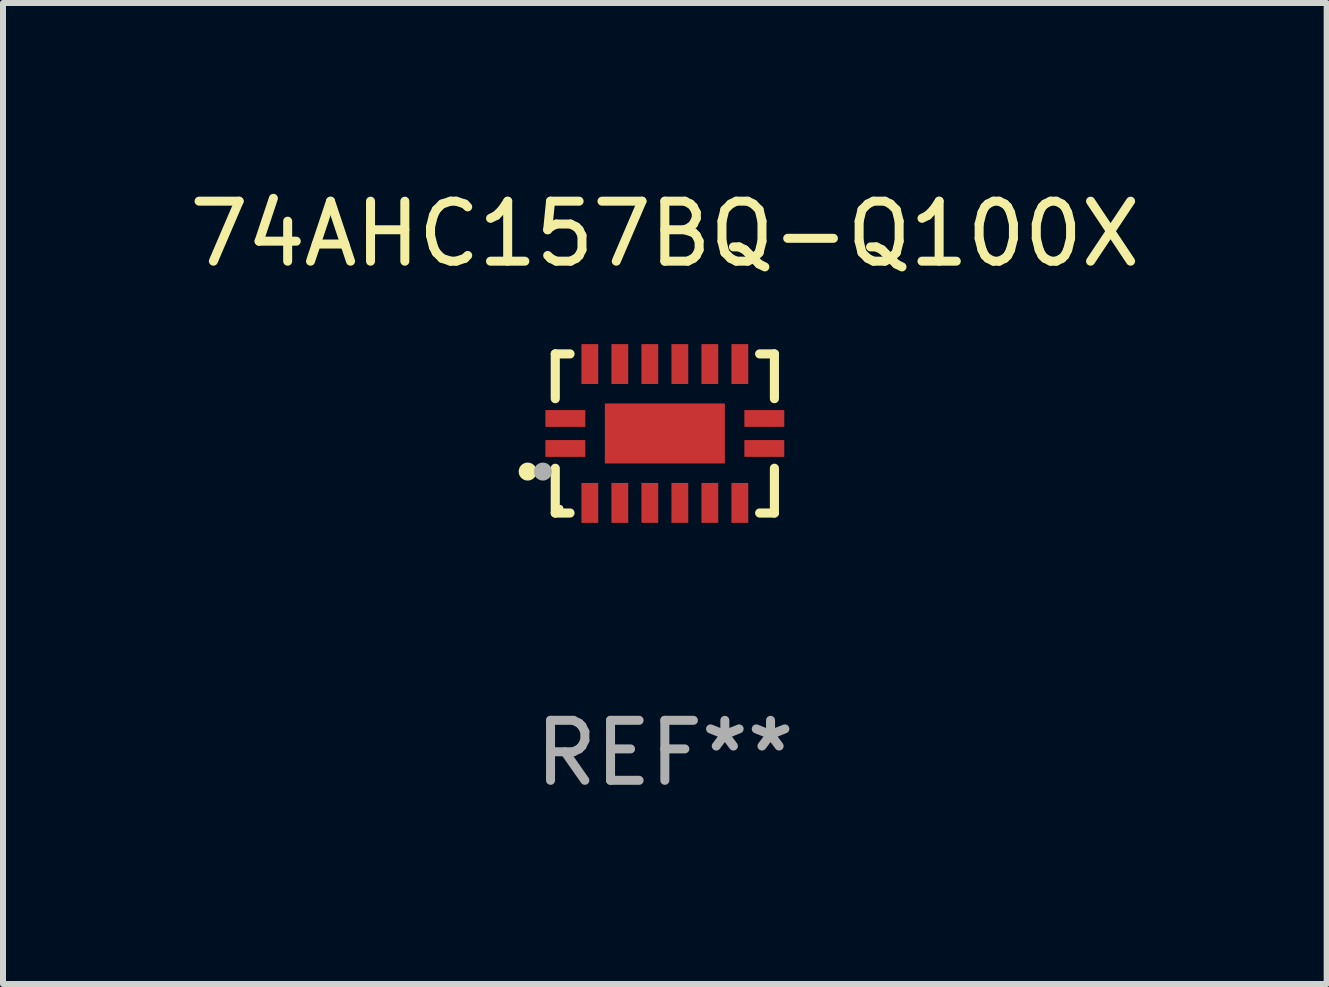
<source format=kicad_pcb>
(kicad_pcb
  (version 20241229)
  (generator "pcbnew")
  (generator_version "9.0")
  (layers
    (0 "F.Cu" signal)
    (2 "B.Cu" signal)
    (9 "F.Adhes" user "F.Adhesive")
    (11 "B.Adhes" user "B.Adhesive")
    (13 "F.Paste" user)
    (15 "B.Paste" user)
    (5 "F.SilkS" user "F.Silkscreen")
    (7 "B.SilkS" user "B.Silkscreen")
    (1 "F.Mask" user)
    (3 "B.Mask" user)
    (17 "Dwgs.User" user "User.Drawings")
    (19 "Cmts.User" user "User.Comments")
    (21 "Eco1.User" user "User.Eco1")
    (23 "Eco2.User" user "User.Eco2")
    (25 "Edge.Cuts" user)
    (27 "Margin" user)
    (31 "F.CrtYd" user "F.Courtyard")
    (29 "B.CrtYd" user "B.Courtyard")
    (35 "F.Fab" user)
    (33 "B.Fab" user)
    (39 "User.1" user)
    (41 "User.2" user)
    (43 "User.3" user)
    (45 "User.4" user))
  (footprint "74AHC157BQ-Q100X"
    (layer "F.Cu")
    (at 8.03 4.174)
    (property "Reference" "74AHC157BQ-Q100X" (at 0 -3.326 0) (layer "F.SilkS") (effects (font (size 1 1) (thickness 0.15))))
    (attr through_hole)
    (fp_line (start -1.826 -1.326) (end -1.58 -1.326) (stroke (width 0.152) (type solid)) (layer "F.SilkS"))
    (fp_line (start -1.826 -0.58) (end -1.826 -1.326) (stroke (width 0.152) (type solid)) (layer "F.SilkS"))
    (fp_line (start -1.826 0.58) (end -1.826 1.326) (stroke (width 0.152) (type solid)) (layer "F.SilkS"))
    (fp_line (start -1.826 1.326) (end -1.58 1.326) (stroke (width 0.152) (type solid)) (layer "F.SilkS"))
    (fp_line (start 1.826 -1.326) (end 1.58 -1.326) (stroke (width 0.152) (type solid)) (layer "F.SilkS"))
    (fp_line (start 1.826 -0.58) (end 1.826 -1.326) (stroke (width 0.152) (type solid)) (layer "F.SilkS"))
    (fp_line (start 1.826 0.58) (end 1.826 1.326) (stroke (width 0.152) (type solid)) (layer "F.SilkS"))
    (fp_line (start 1.826 1.326) (end 1.58 1.326) (stroke (width 0.152) (type solid)) (layer "F.SilkS"))
    (fp_circle (center -2.286 0.635) (end -2.211 0.635) (stroke (width 0.15) (type solid)) (fill no) (layer "F.SilkS"))
    (fp_circle (center -1.75 1.25) (end -1.72 1.25) (stroke (width 0.06) (type solid)) (fill no) (layer "F.SilkS"))
    (fp_circle (center -2.032 0.635) (end -1.957 0.635) (stroke (width 0.15) (type solid)) (fill no) (layer "F.Fab"))
    (fp_text user "REF**" (at 0 5.326 0) (layer "F.Fab") (effects (font (size 1 1) (thickness 0.15))))
    (pad "1" smd rect (at -1.658 0.25) (size 0.665 0.28) (layers "F.Cu" "F.Mask" "F.Paste"))
    (pad "2" smd rect (at -1.25 1.157) (size 0.28 0.665) (layers "F.Cu" "F.Mask" "F.Paste"))
    (pad "3" smd rect (at -0.75 1.157) (size 0.28 0.665) (layers "F.Cu" "F.Mask" "F.Paste"))
    (pad "4" smd rect (at -0.25 1.157) (size 0.28 0.665) (layers "F.Cu" "F.Mask" "F.Paste"))
    (pad "5" smd rect (at 0.25 1.157) (size 0.28 0.665) (layers "F.Cu" "F.Mask" "F.Paste"))
    (pad "6" smd rect (at 0.75 1.157) (size 0.28 0.665) (layers "F.Cu" "F.Mask" "F.Paste"))
    (pad "7" smd rect (at 1.25 1.157) (size 0.28 0.665) (layers "F.Cu" "F.Mask" "F.Paste"))
    (pad "8" smd rect (at 1.658 0.25) (size 0.665 0.28) (layers "F.Cu" "F.Mask" "F.Paste"))
    (pad "9" smd rect (at 1.658 -0.25) (size 0.665 0.28) (layers "F.Cu" "F.Mask" "F.Paste"))
    (pad "10" smd rect (at 1.25 -1.157) (size 0.28 0.665) (layers "F.Cu" "F.Mask" "F.Paste"))
    (pad "11" smd rect (at 0.75 -1.157) (size 0.28 0.665) (layers "F.Cu" "F.Mask" "F.Paste"))
    (pad "12" smd rect (at 0.25 -1.157) (size 0.28 0.665) (layers "F.Cu" "F.Mask" "F.Paste"))
    (pad "13" smd rect (at -0.25 -1.157) (size 0.28 0.665) (layers "F.Cu" "F.Mask" "F.Paste"))
    (pad "14" smd rect (at -0.75 -1.157) (size 0.28 0.665) (layers "F.Cu" "F.Mask" "F.Paste"))
    (pad "15" smd rect (at -1.25 -1.157) (size 0.28 0.665) (layers "F.Cu" "F.Mask" "F.Paste"))
    (pad "16" smd rect (at -1.658 -0.25) (size 0.665 0.28) (layers "F.Cu" "F.Mask" "F.Paste"))
    (pad "17" smd rect (at 0 0) (size 2 1) (layers "F.Cu" "F.Mask" "F.Paste")))
  (gr_rect
    (start -3 -3)
    (end 19.06 13.349)
    (stroke (width 0.1) (type default))
    (fill no)
    (layer "Edge.Cuts")))
</source>
